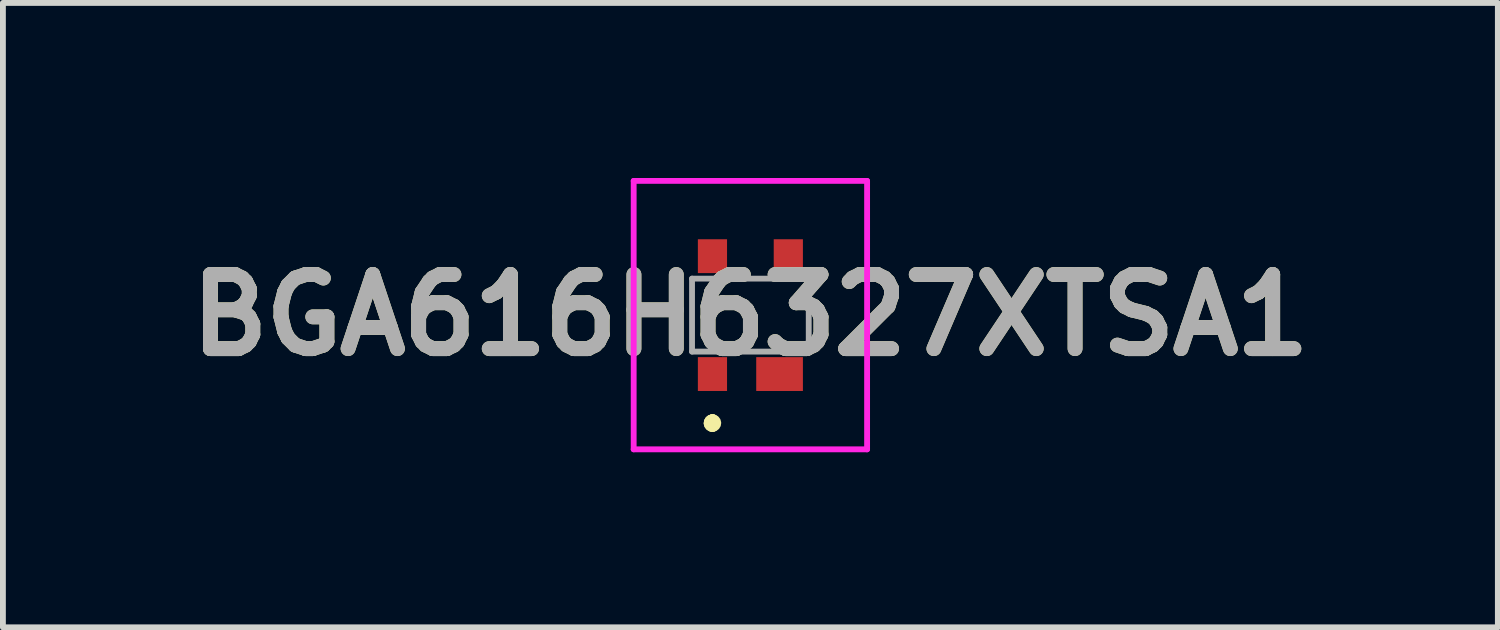
<source format=kicad_pcb>
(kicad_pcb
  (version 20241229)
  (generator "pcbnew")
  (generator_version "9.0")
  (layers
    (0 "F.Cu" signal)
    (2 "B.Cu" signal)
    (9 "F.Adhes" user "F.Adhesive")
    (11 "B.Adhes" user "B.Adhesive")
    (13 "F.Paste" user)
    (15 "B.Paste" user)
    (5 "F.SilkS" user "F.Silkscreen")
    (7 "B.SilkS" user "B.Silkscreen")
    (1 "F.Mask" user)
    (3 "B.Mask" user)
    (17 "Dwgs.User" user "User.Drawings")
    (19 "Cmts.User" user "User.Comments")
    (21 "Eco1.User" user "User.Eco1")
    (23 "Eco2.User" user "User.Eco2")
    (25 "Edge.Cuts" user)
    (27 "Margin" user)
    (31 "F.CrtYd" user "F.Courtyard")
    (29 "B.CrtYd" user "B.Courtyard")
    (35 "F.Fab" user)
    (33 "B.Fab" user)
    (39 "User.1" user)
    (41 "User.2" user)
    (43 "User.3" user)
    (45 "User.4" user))
  (footprint "BGA616H6327XTSA1"
    (layer "F.Cu")
    (at 9.809 2.35)
    (property "Reference" "BGA616H6327XTSA1" (at 0 0 0) (layer "F.SilkS") (effects (font (size 1.27 1.27) (thickness 0.254))))
    (attr smd)
    (fp_line (start -0.65 1.8) (end -0.65 1.8) (stroke (width 0.2) (type solid)) (layer "F.SilkS"))
    (fp_line (start -0.65 1.8) (end -0.65 1.8) (stroke (width 0.2) (type solid)) (layer "F.SilkS"))
    (fp_line (start -0.65 1.9) (end -0.65 1.9) (stroke (width 0.2) (type solid)) (layer "F.SilkS"))
    (fp_arc (start -0.65 1.8) (mid -0.6 1.85) (end -0.65 1.9) (stroke (width 0.2) (type solid)) (layer "F.SilkS"))
    (fp_arc (start -0.65 1.9) (mid -0.7 1.85) (end -0.65 1.8) (stroke (width 0.2) (type solid)) (layer "F.SilkS"))
    (fp_arc (start -0.65 1.9) (mid -0.7 1.85) (end -0.65 1.8) (stroke (width 0.2) (type solid)) (layer "F.SilkS"))
    (fp_line (start -2 -2.3) (end 2 -2.3) (stroke (width 0.1) (type solid)) (layer "F.CrtYd"))
    (fp_line (start -2 2.3) (end -2 -2.3) (stroke (width 0.1) (type solid)) (layer "F.CrtYd"))
    (fp_line (start 2 -2.3) (end 2 2.3) (stroke (width 0.1) (type solid)) (layer "F.CrtYd"))
    (fp_line (start 2 2.3) (end -2 2.3) (stroke (width 0.1) (type solid)) (layer "F.CrtYd"))
    (fp_line (start -1 -0.625) (end -1 0.625) (stroke (width 0.1) (type solid)) (layer "F.Fab"))
    (fp_line (start -1 0.625) (end 1 0.625) (stroke (width 0.1) (type solid)) (layer "F.Fab"))
    (fp_line (start 1 -0.625) (end -1 -0.625) (stroke (width 0.1) (type solid)) (layer "F.Fab"))
    (fp_line (start 1 0.625) (end 1 -0.625) (stroke (width 0.1) (type solid)) (layer "F.Fab"))
    (fp_text user "${REFERENCE}" (at 0 0 0) (layer "F.Fab") (effects (font (size 1.27 1.27) (thickness 0.254))))
    (pad "1" smd rect (at -0.65 1.01) (size 0.5 0.58) (layers "F.Cu" "F.Mask" "F.Paste"))
    (pad "2" smd rect (at 0.5 1.01 90) (size 0.58 0.8) (layers "F.Cu" "F.Mask" "F.Paste"))
    (pad "3" smd rect (at 0.65 -1.01) (size 0.5 0.58) (layers "F.Cu" "F.Mask" "F.Paste"))
    (pad "4" smd rect (at -0.65 -1.01) (size 0.5 0.58) (layers "F.Cu" "F.Mask" "F.Paste")))
  (gr_rect
    (start -3 -3)
    (end 22.618 7.7)
    (stroke (width 0.1) (type default))
    (fill no)
    (layer "Edge.Cuts")))
</source>
